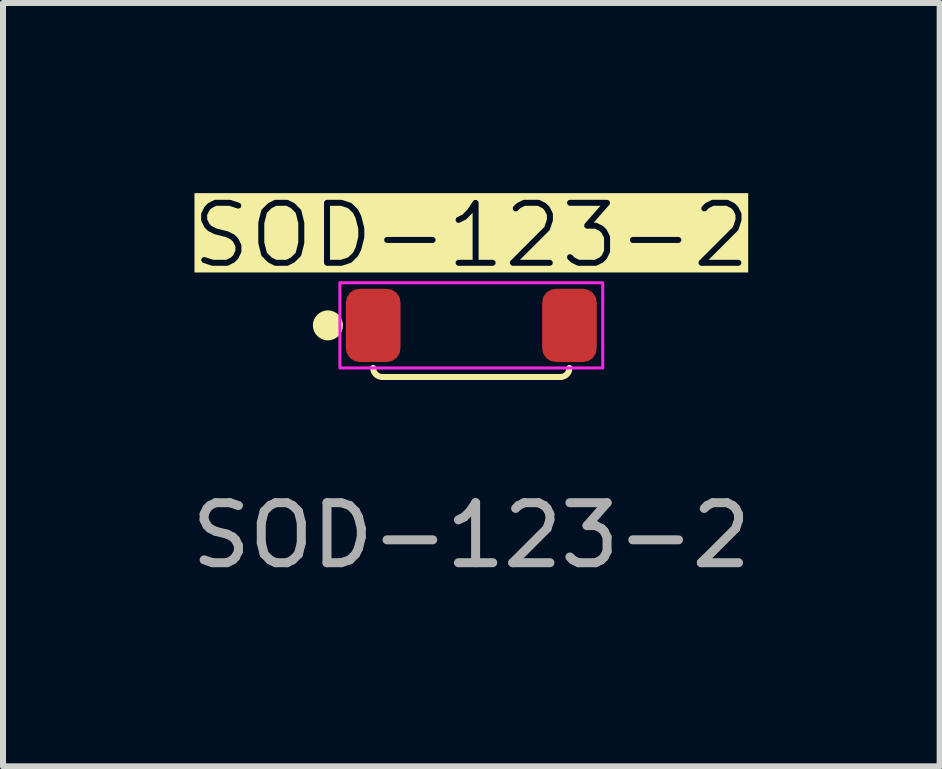
<source format=kicad_pcb>
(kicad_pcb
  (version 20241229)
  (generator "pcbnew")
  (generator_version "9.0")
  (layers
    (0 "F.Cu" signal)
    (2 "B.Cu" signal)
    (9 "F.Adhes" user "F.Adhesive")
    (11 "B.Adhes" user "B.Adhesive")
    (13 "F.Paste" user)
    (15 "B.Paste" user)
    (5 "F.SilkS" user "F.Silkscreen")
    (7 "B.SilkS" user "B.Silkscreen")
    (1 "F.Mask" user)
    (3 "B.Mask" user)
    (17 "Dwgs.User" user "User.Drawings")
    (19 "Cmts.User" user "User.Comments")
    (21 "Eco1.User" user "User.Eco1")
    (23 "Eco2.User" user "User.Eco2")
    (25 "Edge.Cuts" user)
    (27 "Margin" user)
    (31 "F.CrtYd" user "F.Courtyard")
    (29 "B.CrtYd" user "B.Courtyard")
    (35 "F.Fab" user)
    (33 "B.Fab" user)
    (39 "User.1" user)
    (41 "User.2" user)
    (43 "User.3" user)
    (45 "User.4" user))
  (footprint "SOD-123-2"
    (layer "F.Cu")
    (at 4.804 2.372)
    (property "Reference" "SOD-123-2" (at 0 -1.5 0) (unlocked yes) (layer "F.SilkS" knockout) (effects (font (size 1 1) (thickness 0.1))))
    (attr smd)
    (fp_line (start -1.485 0.86) (end 1.485 0.86) (stroke (width 0.1) (type default)) (layer "F.SilkS"))
    (fp_arc (start -1.485 0.86) (mid -1.591066 0.816066) (end -1.635 0.71) (stroke (width 0.1) (type default)) (layer "F.SilkS"))
    (fp_arc (start 1.635 0.71) (mid 1.591066 0.816066) (end 1.485 0.86) (stroke (width 0.1) (type default)) (layer "F.SilkS"))
    (fp_circle (center -2.39 0) (end -2.19 0) (stroke (width 0.1) (type solid)) (fill yes) (layer "F.SilkS"))
    (fp_rect (start -2.19 -0.71) (end 2.19 0.71) (stroke (width 0.05) (type default)) (fill no) (layer "F.CrtYd"))
    (fp_text user "${REFERENCE}" (at 0 3.5 0) (unlocked yes) (layer "F.Fab") (effects (font (size 1 1) (thickness 0.15))))
    (pad "1" smd roundrect (at -1.635 0) (size 0.91 1.22) (layers "F.Cu" "F.Mask" "F.Paste") (roundrect_rratio 0.25))
    (pad "2" smd roundrect (at 1.635 0) (size 0.91 1.22) (layers "F.Cu" "F.Mask" "F.Paste") (roundrect_rratio 0.25)))
  (gr_rect
    (start -3 -3)
    (end 12.608 9.72)
    (stroke (width 0.1) (type default))
    (fill no)
    (layer "Edge.Cuts")))
</source>
